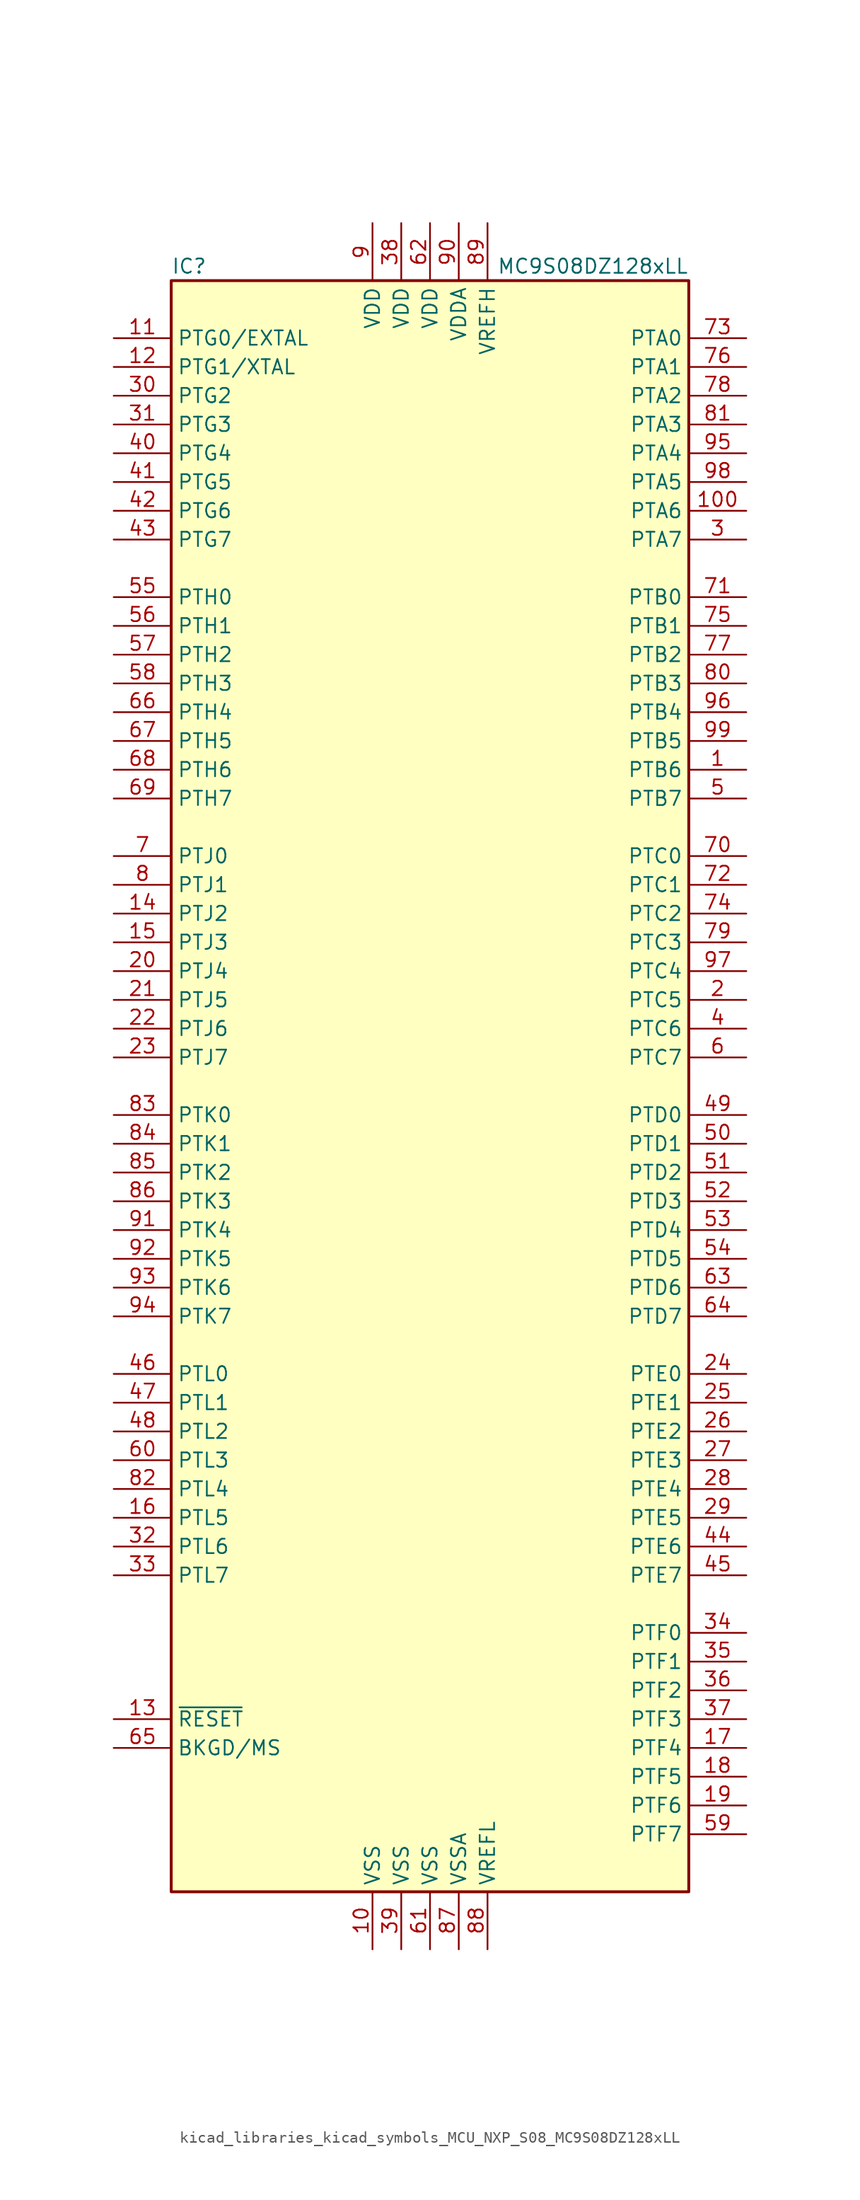
<source format=kicad_sym>
(kicad_symbol_lib
  (version 20220914)
  (generator kicad_symbol_editor)
  (symbol "kicad_libraries_kicad_symbols_MCU_NXP_S08_MC9S08DZ128xLL"
    (property "Reference" "IC"
      (at -22.86 72.39 0)
      (effects (font (size 1.27 1.27)) (justify left)))
    (property "Value" "MC9S08DZ128xLL"
      (at 22.86 72.39 0)
      (effects (font (size 1.27 1.27)) (justify right)))
    (symbol "kicad_libraries_kicad_symbols_MCU_NXP_S08_MC9S08DZ128xLL_0_1"
      (rectangle (start -22.86 71.12) (end 22.86 -71.12) (stroke (width 0.254) (type default)) (fill (type background))))
    (symbol "kicad_libraries_kicad_symbols_MCU_NXP_S08_MC9S08DZ128xLL_1_1"
      (pin bidirectional line (at 27.94 27.94 180) (length 5.08) (name "PTB6" (effects (font (size 1.27 1.27)))) (number "1" (effects (font (size 1.27 1.27)))))
      (pin power_in line (at -5.08 -76.2 90) (length 5.08) (name "VSS" (effects (font (size 1.27 1.27)))) (number "10" (effects (font (size 1.27 1.27)))))
      (pin bidirectional line (at 27.94 50.8 180) (length 5.08) (name "PTA6" (effects (font (size 1.27 1.27)))) (number "100" (effects (font (size 1.27 1.27)))))
      (pin bidirectional line (at -27.94 66.04 0) (length 5.08) (name "PTG0/EXTAL" (effects (font (size 1.27 1.27)))) (number "11" (effects (font (size 1.27 1.27)))))
      (pin bidirectional line (at -27.94 63.5 0) (length 5.08) (name "PTG1/XTAL" (effects (font (size 1.27 1.27)))) (number "12" (effects (font (size 1.27 1.27)))))
      (pin input line (at -27.94 -55.88 0) (length 5.08) (name "~{RESET}" (effects (font (size 1.27 1.27)))) (number "13" (effects (font (size 1.27 1.27)))))
      (pin bidirectional line (at -27.94 15.24 0) (length 5.08) (name "PTJ2" (effects (font (size 1.27 1.27)))) (number "14" (effects (font (size 1.27 1.27)))))
      (pin bidirectional line (at -27.94 12.7 0) (length 5.08) (name "PTJ3" (effects (font (size 1.27 1.27)))) (number "15" (effects (font (size 1.27 1.27)))))
      (pin bidirectional line (at -27.94 -38.1 0) (length 5.08) (name "PTL5" (effects (font (size 1.27 1.27)))) (number "16" (effects (font (size 1.27 1.27)))))
      (pin bidirectional line (at 27.94 -58.42 180) (length 5.08) (name "PTF4" (effects (font (size 1.27 1.27)))) (number "17" (effects (font (size 1.27 1.27)))))
      (pin bidirectional line (at 27.94 -60.96 180) (length 5.08) (name "PTF5" (effects (font (size 1.27 1.27)))) (number "18" (effects (font (size 1.27 1.27)))))
      (pin bidirectional line (at 27.94 -63.5 180) (length 5.08) (name "PTF6" (effects (font (size 1.27 1.27)))) (number "19" (effects (font (size 1.27 1.27)))))
      (pin bidirectional line (at 27.94 7.62 180) (length 5.08) (name "PTC5" (effects (font (size 1.27 1.27)))) (number "2" (effects (font (size 1.27 1.27)))))
      (pin bidirectional line (at -27.94 10.16 0) (length 5.08) (name "PTJ4" (effects (font (size 1.27 1.27)))) (number "20" (effects (font (size 1.27 1.27)))))
      (pin bidirectional line (at -27.94 7.62 0) (length 5.08) (name "PTJ5" (effects (font (size 1.27 1.27)))) (number "21" (effects (font (size 1.27 1.27)))))
      (pin bidirectional line (at -27.94 5.08 0) (length 5.08) (name "PTJ6" (effects (font (size 1.27 1.27)))) (number "22" (effects (font (size 1.27 1.27)))))
      (pin bidirectional line (at -27.94 2.54 0) (length 5.08) (name "PTJ7" (effects (font (size 1.27 1.27)))) (number "23" (effects (font (size 1.27 1.27)))))
      (pin bidirectional line (at 27.94 -25.4 180) (length 5.08) (name "PTE0" (effects (font (size 1.27 1.27)))) (number "24" (effects (font (size 1.27 1.27)))))
      (pin bidirectional line (at 27.94 -27.94 180) (length 5.08) (name "PTE1" (effects (font (size 1.27 1.27)))) (number "25" (effects (font (size 1.27 1.27)))))
      (pin bidirectional line (at 27.94 -30.48 180) (length 5.08) (name "PTE2" (effects (font (size 1.27 1.27)))) (number "26" (effects (font (size 1.27 1.27)))))
      (pin bidirectional line (at 27.94 -33.02 180) (length 5.08) (name "PTE3" (effects (font (size 1.27 1.27)))) (number "27" (effects (font (size 1.27 1.27)))))
      (pin bidirectional line (at 27.94 -35.56 180) (length 5.08) (name "PTE4" (effects (font (size 1.27 1.27)))) (number "28" (effects (font (size 1.27 1.27)))))
      (pin bidirectional line (at 27.94 -38.1 180) (length 5.08) (name "PTE5" (effects (font (size 1.27 1.27)))) (number "29" (effects (font (size 1.27 1.27)))))
      (pin bidirectional line (at 27.94 48.26 180) (length 5.08) (name "PTA7" (effects (font (size 1.27 1.27)))) (number "3" (effects (font (size 1.27 1.27)))))
      (pin bidirectional line (at -27.94 60.96 0) (length 5.08) (name "PTG2" (effects (font (size 1.27 1.27)))) (number "30" (effects (font (size 1.27 1.27)))))
      (pin bidirectional line (at -27.94 58.42 0) (length 5.08) (name "PTG3" (effects (font (size 1.27 1.27)))) (number "31" (effects (font (size 1.27 1.27)))))
      (pin bidirectional line (at -27.94 -40.64 0) (length 5.08) (name "PTL6" (effects (font (size 1.27 1.27)))) (number "32" (effects (font (size 1.27 1.27)))))
      (pin bidirectional line (at -27.94 -43.18 0) (length 5.08) (name "PTL7" (effects (font (size 1.27 1.27)))) (number "33" (effects (font (size 1.27 1.27)))))
      (pin bidirectional line (at 27.94 -48.26 180) (length 5.08) (name "PTF0" (effects (font (size 1.27 1.27)))) (number "34" (effects (font (size 1.27 1.27)))))
      (pin bidirectional line (at 27.94 -50.8 180) (length 5.08) (name "PTF1" (effects (font (size 1.27 1.27)))) (number "35" (effects (font (size 1.27 1.27)))))
      (pin bidirectional line (at 27.94 -53.34 180) (length 5.08) (name "PTF2" (effects (font (size 1.27 1.27)))) (number "36" (effects (font (size 1.27 1.27)))))
      (pin bidirectional line (at 27.94 -55.88 180) (length 5.08) (name "PTF3" (effects (font (size 1.27 1.27)))) (number "37" (effects (font (size 1.27 1.27)))))
      (pin power_in line (at -2.54 76.2 270) (length 5.08) (name "VDD" (effects (font (size 1.27 1.27)))) (number "38" (effects (font (size 1.27 1.27)))))
      (pin power_in line (at -2.54 -76.2 90) (length 5.08) (name "VSS" (effects (font (size 1.27 1.27)))) (number "39" (effects (font (size 1.27 1.27)))))
      (pin bidirectional line (at 27.94 5.08 180) (length 5.08) (name "PTC6" (effects (font (size 1.27 1.27)))) (number "4" (effects (font (size 1.27 1.27)))))
      (pin bidirectional line (at -27.94 55.88 0) (length 5.08) (name "PTG4" (effects (font (size 1.27 1.27)))) (number "40" (effects (font (size 1.27 1.27)))))
      (pin bidirectional line (at -27.94 53.34 0) (length 5.08) (name "PTG5" (effects (font (size 1.27 1.27)))) (number "41" (effects (font (size 1.27 1.27)))))
      (pin bidirectional line (at -27.94 50.8 0) (length 5.08) (name "PTG6" (effects (font (size 1.27 1.27)))) (number "42" (effects (font (size 1.27 1.27)))))
      (pin bidirectional line (at -27.94 48.26 0) (length 5.08) (name "PTG7" (effects (font (size 1.27 1.27)))) (number "43" (effects (font (size 1.27 1.27)))))
      (pin bidirectional line (at 27.94 -40.64 180) (length 5.08) (name "PTE6" (effects (font (size 1.27 1.27)))) (number "44" (effects (font (size 1.27 1.27)))))
      (pin bidirectional line (at 27.94 -43.18 180) (length 5.08) (name "PTE7" (effects (font (size 1.27 1.27)))) (number "45" (effects (font (size 1.27 1.27)))))
      (pin bidirectional line (at -27.94 -25.4 0) (length 5.08) (name "PTL0" (effects (font (size 1.27 1.27)))) (number "46" (effects (font (size 1.27 1.27)))))
      (pin bidirectional line (at -27.94 -27.94 0) (length 5.08) (name "PTL1" (effects (font (size 1.27 1.27)))) (number "47" (effects (font (size 1.27 1.27)))))
      (pin bidirectional line (at -27.94 -30.48 0) (length 5.08) (name "PTL2" (effects (font (size 1.27 1.27)))) (number "48" (effects (font (size 1.27 1.27)))))
      (pin bidirectional line (at 27.94 -2.54 180) (length 5.08) (name "PTD0" (effects (font (size 1.27 1.27)))) (number "49" (effects (font (size 1.27 1.27)))))
      (pin bidirectional line (at 27.94 25.4 180) (length 5.08) (name "PTB7" (effects (font (size 1.27 1.27)))) (number "5" (effects (font (size 1.27 1.27)))))
      (pin bidirectional line (at 27.94 -5.08 180) (length 5.08) (name "PTD1" (effects (font (size 1.27 1.27)))) (number "50" (effects (font (size 1.27 1.27)))))
      (pin bidirectional line (at 27.94 -7.62 180) (length 5.08) (name "PTD2" (effects (font (size 1.27 1.27)))) (number "51" (effects (font (size 1.27 1.27)))))
      (pin bidirectional line (at 27.94 -10.16 180) (length 5.08) (name "PTD3" (effects (font (size 1.27 1.27)))) (number "52" (effects (font (size 1.27 1.27)))))
      (pin bidirectional line (at 27.94 -12.7 180) (length 5.08) (name "PTD4" (effects (font (size 1.27 1.27)))) (number "53" (effects (font (size 1.27 1.27)))))
      (pin bidirectional line (at 27.94 -15.24 180) (length 5.08) (name "PTD5" (effects (font (size 1.27 1.27)))) (number "54" (effects (font (size 1.27 1.27)))))
      (pin bidirectional line (at -27.94 43.18 0) (length 5.08) (name "PTH0" (effects (font (size 1.27 1.27)))) (number "55" (effects (font (size 1.27 1.27)))))
      (pin bidirectional line (at -27.94 40.64 0) (length 5.08) (name "PTH1" (effects (font (size 1.27 1.27)))) (number "56" (effects (font (size 1.27 1.27)))))
      (pin bidirectional line (at -27.94 38.1 0) (length 5.08) (name "PTH2" (effects (font (size 1.27 1.27)))) (number "57" (effects (font (size 1.27 1.27)))))
      (pin bidirectional line (at -27.94 35.56 0) (length 5.08) (name "PTH3" (effects (font (size 1.27 1.27)))) (number "58" (effects (font (size 1.27 1.27)))))
      (pin bidirectional line (at 27.94 -66.04 180) (length 5.08) (name "PTF7" (effects (font (size 1.27 1.27)))) (number "59" (effects (font (size 1.27 1.27)))))
      (pin bidirectional line (at 27.94 2.54 180) (length 5.08) (name "PTC7" (effects (font (size 1.27 1.27)))) (number "6" (effects (font (size 1.27 1.27)))))
      (pin bidirectional line (at -27.94 -33.02 0) (length 5.08) (name "PTL3" (effects (font (size 1.27 1.27)))) (number "60" (effects (font (size 1.27 1.27)))))
      (pin power_in line (at 0 -76.2 90) (length 5.08) (name "VSS" (effects (font (size 1.27 1.27)))) (number "61" (effects (font (size 1.27 1.27)))))
      (pin power_in line (at 0 76.2 270) (length 5.08) (name "VDD" (effects (font (size 1.27 1.27)))) (number "62" (effects (font (size 1.27 1.27)))))
      (pin bidirectional line (at 27.94 -17.78 180) (length 5.08) (name "PTD6" (effects (font (size 1.27 1.27)))) (number "63" (effects (font (size 1.27 1.27)))))
      (pin bidirectional line (at 27.94 -20.32 180) (length 5.08) (name "PTD7" (effects (font (size 1.27 1.27)))) (number "64" (effects (font (size 1.27 1.27)))))
      (pin bidirectional line (at -27.94 -58.42 0) (length 5.08) (name "BKGD/MS" (effects (font (size 1.27 1.27)))) (number "65" (effects (font (size 1.27 1.27)))))
      (pin bidirectional line (at -27.94 33.02 0) (length 5.08) (name "PTH4" (effects (font (size 1.27 1.27)))) (number "66" (effects (font (size 1.27 1.27)))))
      (pin bidirectional line (at -27.94 30.48 0) (length 5.08) (name "PTH5" (effects (font (size 1.27 1.27)))) (number "67" (effects (font (size 1.27 1.27)))))
      (pin bidirectional line (at -27.94 27.94 0) (length 5.08) (name "PTH6" (effects (font (size 1.27 1.27)))) (number "68" (effects (font (size 1.27 1.27)))))
      (pin bidirectional line (at -27.94 25.4 0) (length 5.08) (name "PTH7" (effects (font (size 1.27 1.27)))) (number "69" (effects (font (size 1.27 1.27)))))
      (pin bidirectional line (at -27.94 20.32 0) (length 5.08) (name "PTJ0" (effects (font (size 1.27 1.27)))) (number "7" (effects (font (size 1.27 1.27)))))
      (pin bidirectional line (at 27.94 20.32 180) (length 5.08) (name "PTC0" (effects (font (size 1.27 1.27)))) (number "70" (effects (font (size 1.27 1.27)))))
      (pin bidirectional line (at 27.94 43.18 180) (length 5.08) (name "PTB0" (effects (font (size 1.27 1.27)))) (number "71" (effects (font (size 1.27 1.27)))))
      (pin bidirectional line (at 27.94 17.78 180) (length 5.08) (name "PTC1" (effects (font (size 1.27 1.27)))) (number "72" (effects (font (size 1.27 1.27)))))
      (pin bidirectional line (at 27.94 66.04 180) (length 5.08) (name "PTA0" (effects (font (size 1.27 1.27)))) (number "73" (effects (font (size 1.27 1.27)))))
      (pin bidirectional line (at 27.94 15.24 180) (length 5.08) (name "PTC2" (effects (font (size 1.27 1.27)))) (number "74" (effects (font (size 1.27 1.27)))))
      (pin bidirectional line (at 27.94 40.64 180) (length 5.08) (name "PTB1" (effects (font (size 1.27 1.27)))) (number "75" (effects (font (size 1.27 1.27)))))
      (pin bidirectional line (at 27.94 63.5 180) (length 5.08) (name "PTA1" (effects (font (size 1.27 1.27)))) (number "76" (effects (font (size 1.27 1.27)))))
      (pin bidirectional line (at 27.94 38.1 180) (length 5.08) (name "PTB2" (effects (font (size 1.27 1.27)))) (number "77" (effects (font (size 1.27 1.27)))))
      (pin bidirectional line (at 27.94 60.96 180) (length 5.08) (name "PTA2" (effects (font (size 1.27 1.27)))) (number "78" (effects (font (size 1.27 1.27)))))
      (pin bidirectional line (at 27.94 12.7 180) (length 5.08) (name "PTC3" (effects (font (size 1.27 1.27)))) (number "79" (effects (font (size 1.27 1.27)))))
      (pin bidirectional line (at -27.94 17.78 0) (length 5.08) (name "PTJ1" (effects (font (size 1.27 1.27)))) (number "8" (effects (font (size 1.27 1.27)))))
      (pin bidirectional line (at 27.94 35.56 180) (length 5.08) (name "PTB3" (effects (font (size 1.27 1.27)))) (number "80" (effects (font (size 1.27 1.27)))))
      (pin bidirectional line (at 27.94 58.42 180) (length 5.08) (name "PTA3" (effects (font (size 1.27 1.27)))) (number "81" (effects (font (size 1.27 1.27)))))
      (pin bidirectional line (at -27.94 -35.56 0) (length 5.08) (name "PTL4" (effects (font (size 1.27 1.27)))) (number "82" (effects (font (size 1.27 1.27)))))
      (pin bidirectional line (at -27.94 -2.54 0) (length 5.08) (name "PTK0" (effects (font (size 1.27 1.27)))) (number "83" (effects (font (size 1.27 1.27)))))
      (pin bidirectional line (at -27.94 -5.08 0) (length 5.08) (name "PTK1" (effects (font (size 1.27 1.27)))) (number "84" (effects (font (size 1.27 1.27)))))
      (pin bidirectional line (at -27.94 -7.62 0) (length 5.08) (name "PTK2" (effects (font (size 1.27 1.27)))) (number "85" (effects (font (size 1.27 1.27)))))
      (pin bidirectional line (at -27.94 -10.16 0) (length 5.08) (name "PTK3" (effects (font (size 1.27 1.27)))) (number "86" (effects (font (size 1.27 1.27)))))
      (pin power_in line (at 2.54 -76.2 90) (length 5.08) (name "VSSA" (effects (font (size 1.27 1.27)))) (number "87" (effects (font (size 1.27 1.27)))))
      (pin power_in line (at 5.08 -76.2 90) (length 5.08) (name "VREFL" (effects (font (size 1.27 1.27)))) (number "88" (effects (font (size 1.27 1.27)))))
      (pin power_in line (at 5.08 76.2 270) (length 5.08) (name "VREFH" (effects (font (size 1.27 1.27)))) (number "89" (effects (font (size 1.27 1.27)))))
      (pin power_in line (at -5.08 76.2 270) (length 5.08) (name "VDD" (effects (font (size 1.27 1.27)))) (number "9" (effects (font (size 1.27 1.27)))))
      (pin power_in line (at 2.54 76.2 270) (length 5.08) (name "VDDA" (effects (font (size 1.27 1.27)))) (number "90" (effects (font (size 1.27 1.27)))))
      (pin bidirectional line (at -27.94 -12.7 0) (length 5.08) (name "PTK4" (effects (font (size 1.27 1.27)))) (number "91" (effects (font (size 1.27 1.27)))))
      (pin bidirectional line (at -27.94 -15.24 0) (length 5.08) (name "PTK5" (effects (font (size 1.27 1.27)))) (number "92" (effects (font (size 1.27 1.27)))))
      (pin bidirectional line (at -27.94 -17.78 0) (length 5.08) (name "PTK6" (effects (font (size 1.27 1.27)))) (number "93" (effects (font (size 1.27 1.27)))))
      (pin bidirectional line (at -27.94 -20.32 0) (length 5.08) (name "PTK7" (effects (font (size 1.27 1.27)))) (number "94" (effects (font (size 1.27 1.27)))))
      (pin bidirectional line (at 27.94 55.88 180) (length 5.08) (name "PTA4" (effects (font (size 1.27 1.27)))) (number "95" (effects (font (size 1.27 1.27)))))
      (pin bidirectional line (at 27.94 33.02 180) (length 5.08) (name "PTB4" (effects (font (size 1.27 1.27)))) (number "96" (effects (font (size 1.27 1.27)))))
      (pin bidirectional line (at 27.94 10.16 180) (length 5.08) (name "PTC4" (effects (font (size 1.27 1.27)))) (number "97" (effects (font (size 1.27 1.27)))))
      (pin bidirectional line (at 27.94 53.34 180) (length 5.08) (name "PTA5" (effects (font (size 1.27 1.27)))) (number "98" (effects (font (size 1.27 1.27)))))
      (pin bidirectional line (at 27.94 30.48 180) (length 5.08) (name "PTB5" (effects (font (size 1.27 1.27)))) (number "99" (effects (font (size 1.27 1.27))))))))
</source>
